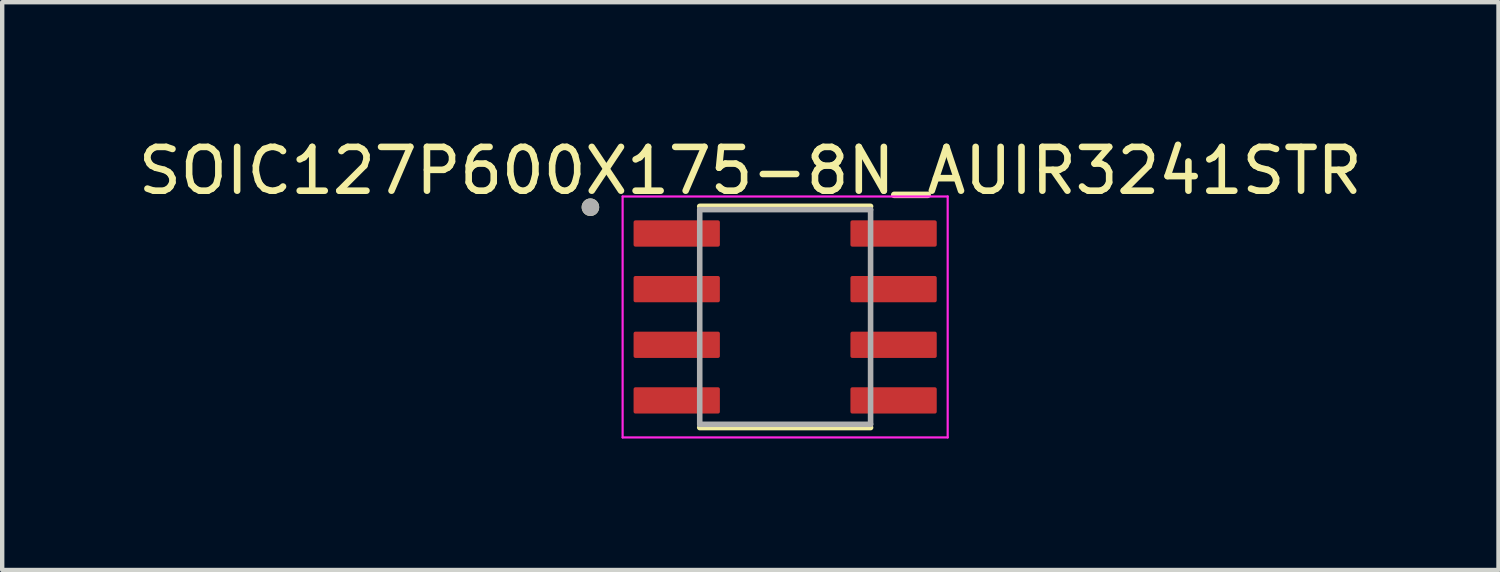
<source format=kicad_pcb>
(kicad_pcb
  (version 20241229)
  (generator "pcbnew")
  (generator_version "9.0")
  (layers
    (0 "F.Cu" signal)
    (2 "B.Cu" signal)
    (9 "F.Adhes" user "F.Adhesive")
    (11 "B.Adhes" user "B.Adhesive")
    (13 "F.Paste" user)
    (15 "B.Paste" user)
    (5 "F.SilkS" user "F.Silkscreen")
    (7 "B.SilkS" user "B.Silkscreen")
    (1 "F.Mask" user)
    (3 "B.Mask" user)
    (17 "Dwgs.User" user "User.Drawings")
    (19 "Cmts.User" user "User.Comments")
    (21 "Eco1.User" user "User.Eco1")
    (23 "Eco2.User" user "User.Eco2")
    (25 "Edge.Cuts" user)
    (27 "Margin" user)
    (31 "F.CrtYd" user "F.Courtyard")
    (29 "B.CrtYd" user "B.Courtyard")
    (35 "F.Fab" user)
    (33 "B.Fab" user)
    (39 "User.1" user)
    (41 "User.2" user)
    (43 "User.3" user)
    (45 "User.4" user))
  (footprint "SOIC127P600X175-8N_AUIR3241STR"
    (layer "F.Cu")
    (at 14.872 4.185)
    (property "Reference" "SOIC127P600X175-8N_AUIR3241STR" (at -0.795 -3.337 0) (layer "F.SilkS") (effects (font (size 1 1) (thickness 0.15))))
    (attr smd)
    (fp_line (start -1.95 -2.525) (end 1.95 -2.525) (stroke (width 0.127) (type solid)) (layer "F.SilkS"))
    (fp_line (start -1.95 2.525) (end 1.95 2.525) (stroke (width 0.127) (type solid)) (layer "F.SilkS"))
    (fp_circle (center -4.445 -2.505) (end -4.345 -2.505) (stroke (width 0.2) (type solid)) (fill no) (layer "F.SilkS"))
    (fp_line (start -3.71 -2.75) (end -3.71 2.75) (stroke (width 0.05) (type solid)) (layer "F.CrtYd"))
    (fp_line (start -3.71 -2.75) (end 3.71 -2.75) (stroke (width 0.05) (type solid)) (layer "F.CrtYd"))
    (fp_line (start -3.71 2.75) (end 3.71 2.75) (stroke (width 0.05) (type solid)) (layer "F.CrtYd"))
    (fp_line (start 3.71 -2.75) (end 3.71 2.75) (stroke (width 0.05) (type solid)) (layer "F.CrtYd"))
    (fp_line (start -1.95 -2.45) (end -1.95 2.45) (stroke (width 0.127) (type solid)) (layer "F.Fab"))
    (fp_line (start -1.95 -2.45) (end 1.95 -2.45) (stroke (width 0.127) (type solid)) (layer "F.Fab"))
    (fp_line (start -1.95 2.45) (end 1.95 2.45) (stroke (width 0.127) (type solid)) (layer "F.Fab"))
    (fp_line (start 1.95 -2.45) (end 1.95 2.45) (stroke (width 0.127) (type solid)) (layer "F.Fab"))
    (fp_circle (center -4.445 -2.505) (end -4.345 -2.505) (stroke (width 0.2) (type solid)) (fill no) (layer "F.Fab"))
    (pad "1" smd roundrect (at -2.475 -1.905) (size 1.97 0.6) (layers "F.Cu" "F.Mask" "F.Paste") (roundrect_rratio 0.07))
    (pad "2" smd roundrect (at -2.475 -0.635) (size 1.97 0.6) (layers "F.Cu" "F.Mask" "F.Paste") (roundrect_rratio 0.07))
    (pad "3" smd roundrect (at -2.475 0.635) (size 1.97 0.6) (layers "F.Cu" "F.Mask" "F.Paste") (roundrect_rratio 0.07))
    (pad "4" smd roundrect (at -2.475 1.905) (size 1.97 0.6) (layers "F.Cu" "F.Mask" "F.Paste") (roundrect_rratio 0.07))
    (pad "5" smd roundrect (at 2.475 1.905) (size 1.97 0.6) (layers "F.Cu" "F.Mask" "F.Paste") (roundrect_rratio 0.07))
    (pad "6" smd roundrect (at 2.475 0.635) (size 1.97 0.6) (layers "F.Cu" "F.Mask" "F.Paste") (roundrect_rratio 0.07))
    (pad "7" smd roundrect (at 2.475 -0.635) (size 1.97 0.6) (layers "F.Cu" "F.Mask" "F.Paste") (roundrect_rratio 0.07))
    (pad "8" smd roundrect (at 2.475 -1.905) (size 1.97 0.6) (layers "F.Cu" "F.Mask" "F.Paste") (roundrect_rratio 0.07)))
  (gr_rect
    (start -3 -3)
    (end 31.155 9.96)
    (stroke (width 0.1) (type default))
    (fill no)
    (layer "Edge.Cuts")))
</source>
